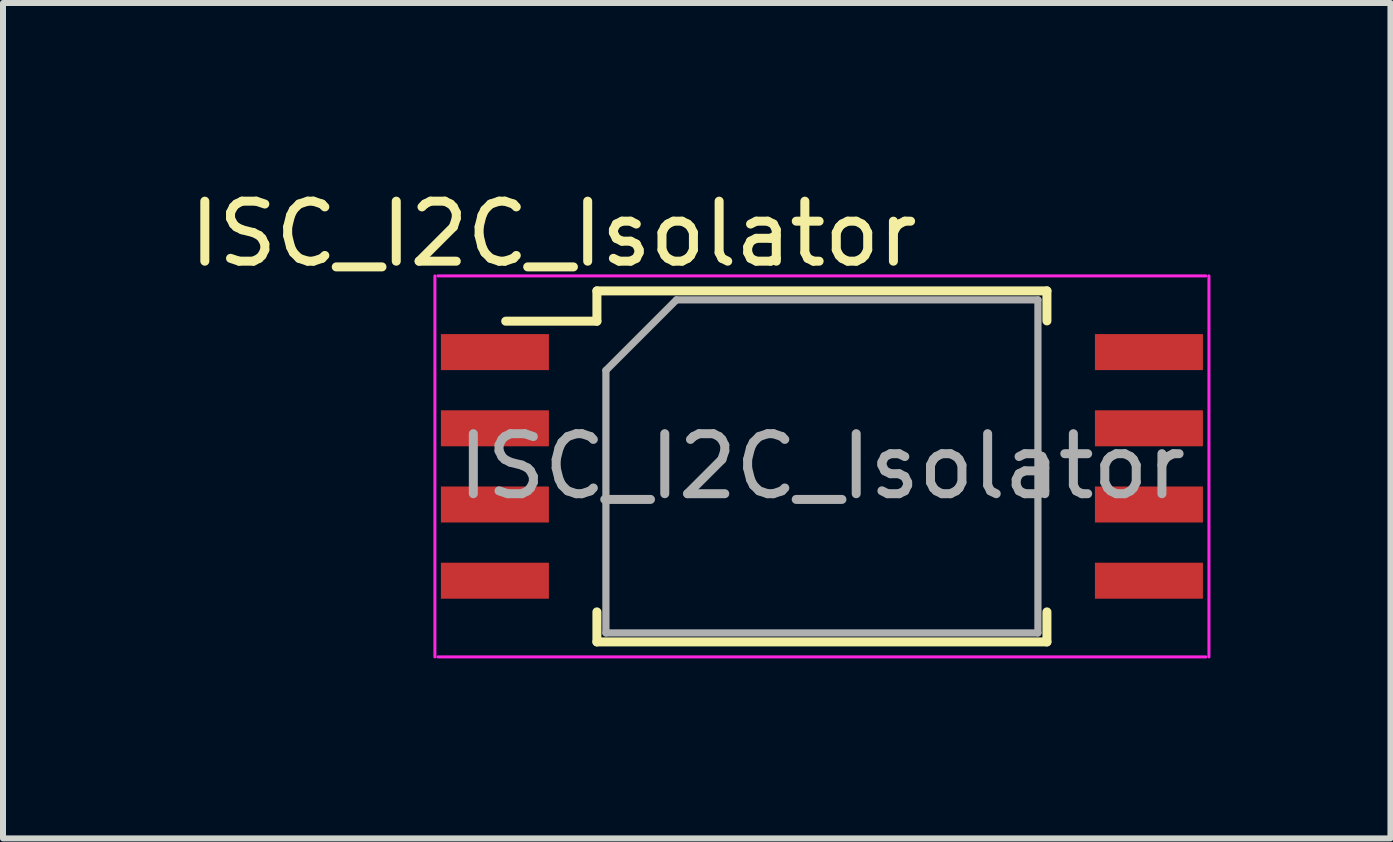
<source format=kicad_pcb>
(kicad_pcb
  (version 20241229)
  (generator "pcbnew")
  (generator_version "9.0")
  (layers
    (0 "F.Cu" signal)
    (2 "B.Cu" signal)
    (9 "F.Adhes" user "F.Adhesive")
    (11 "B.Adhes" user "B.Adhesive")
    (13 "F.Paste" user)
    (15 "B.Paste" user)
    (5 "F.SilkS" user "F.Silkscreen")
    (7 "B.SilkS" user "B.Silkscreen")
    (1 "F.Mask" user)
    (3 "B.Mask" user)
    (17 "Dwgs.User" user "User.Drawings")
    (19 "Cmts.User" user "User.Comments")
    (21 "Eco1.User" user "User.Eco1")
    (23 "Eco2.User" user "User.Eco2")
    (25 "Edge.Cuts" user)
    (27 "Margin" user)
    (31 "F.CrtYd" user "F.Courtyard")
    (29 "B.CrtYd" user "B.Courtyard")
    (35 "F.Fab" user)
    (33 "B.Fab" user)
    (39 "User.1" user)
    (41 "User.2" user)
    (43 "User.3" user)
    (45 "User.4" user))
  (footprint "ISC_I2C_Isolator"
    (layer "F.Cu")
    (at 10.648 4.723)
    (property "Reference" "ISC_I2C_Isolator" (at -4.475 -3.875 0) (layer "F.SilkS") (effects (font (size 1 1) (thickness 0.15))))
    (attr through_hole)
    (fp_line (start -3.75 -2.925) (end -3.75 -2.42) (stroke (width 0.15) (type solid)) (layer "F.SilkS"))
    (fp_line (start -3.75 -2.925) (end 3.75 -2.925) (stroke (width 0.15) (type solid)) (layer "F.SilkS"))
    (fp_line (start -3.75 -2.42) (end -5.27 -2.42) (stroke (width 0.15) (type solid)) (layer "F.SilkS"))
    (fp_line (start -3.75 2.925) (end -3.75 2.425) (stroke (width 0.15) (type solid)) (layer "F.SilkS"))
    (fp_line (start 3.75 -2.925) (end 3.75 -2.425) (stroke (width 0.15) (type solid)) (layer "F.SilkS"))
    (fp_line (start 3.75 2.925) (end -3.75 2.925) (stroke (width 0.15) (type solid)) (layer "F.SilkS"))
    (fp_line (start 3.75 2.925) (end 3.75 2.425) (stroke (width 0.15) (type solid)) (layer "F.SilkS"))
    (fp_line (start -6.45 3.175) (end -6.45 -3.175) (stroke (width 0.05) (type solid)) (layer "F.CrtYd"))
    (fp_line (start -6.4 -3.175) (end 6.4 -3.175) (stroke (width 0.05) (type solid)) (layer "F.CrtYd"))
    (fp_line (start -6.4 3.175) (end 6.4 3.175) (stroke (width 0.05) (type solid)) (layer "F.CrtYd"))
    (fp_line (start 6.45 3.175) (end 6.45 -3.175) (stroke (width 0.05) (type solid)) (layer "F.CrtYd"))
    (fp_line (start -3.6 -1.6) (end -2.425 -2.775) (stroke (width 0.12) (type solid)) (layer "F.Fab"))
    (fp_line (start -3.6 2.775) (end -3.6 -1.6) (stroke (width 0.12) (type solid)) (layer "F.Fab"))
    (fp_line (start -2.425 -2.775) (end 3.6 -2.775) (stroke (width 0.12) (type solid)) (layer "F.Fab"))
    (fp_line (start 3.6 -2.775) (end 3.6 2.775) (stroke (width 0.12) (type solid)) (layer "F.Fab"))
    (fp_line (start 3.6 2.775) (end -3.6 2.775) (stroke (width 0.12) (type solid)) (layer "F.Fab"))
    (fp_text user "${REFERENCE}" (at 0 0 0) (layer "F.Fab") (effects (font (size 1 1) (thickness 0.15))))
    (pad "1" smd rect (at -5.45 -1.905) (size 1.8 0.6) (layers "F.Cu" "F.Mask" "F.Paste"))
    (pad "2" smd rect (at -5.45 -0.635) (size 1.8 0.6) (layers "F.Cu" "F.Mask" "F.Paste"))
    (pad "3" smd rect (at -5.45 0.635) (size 1.8 0.6) (layers "F.Cu" "F.Mask" "F.Paste"))
    (pad "4" smd rect (at -5.45 1.905) (size 1.8 0.6) (layers "F.Cu" "F.Mask" "F.Paste"))
    (pad "5" smd rect (at 5.45 1.905) (size 1.8 0.6) (layers "F.Cu" "F.Mask" "F.Paste"))
    (pad "6" smd rect (at 5.45 0.635) (size 1.8 0.6) (layers "F.Cu" "F.Mask" "F.Paste"))
    (pad "7" smd rect (at 5.45 -0.635) (size 1.8 0.6) (layers "F.Cu" "F.Mask" "F.Paste"))
    (pad "8" smd rect (at 5.45 -1.905) (size 1.8 0.6) (layers "F.Cu" "F.Mask" "F.Paste")))
  (gr_rect
    (start -3 -3)
    (end 20.123 10.923)
    (stroke (width 0.1) (type default))
    (fill no)
    (layer "Edge.Cuts")))
</source>
